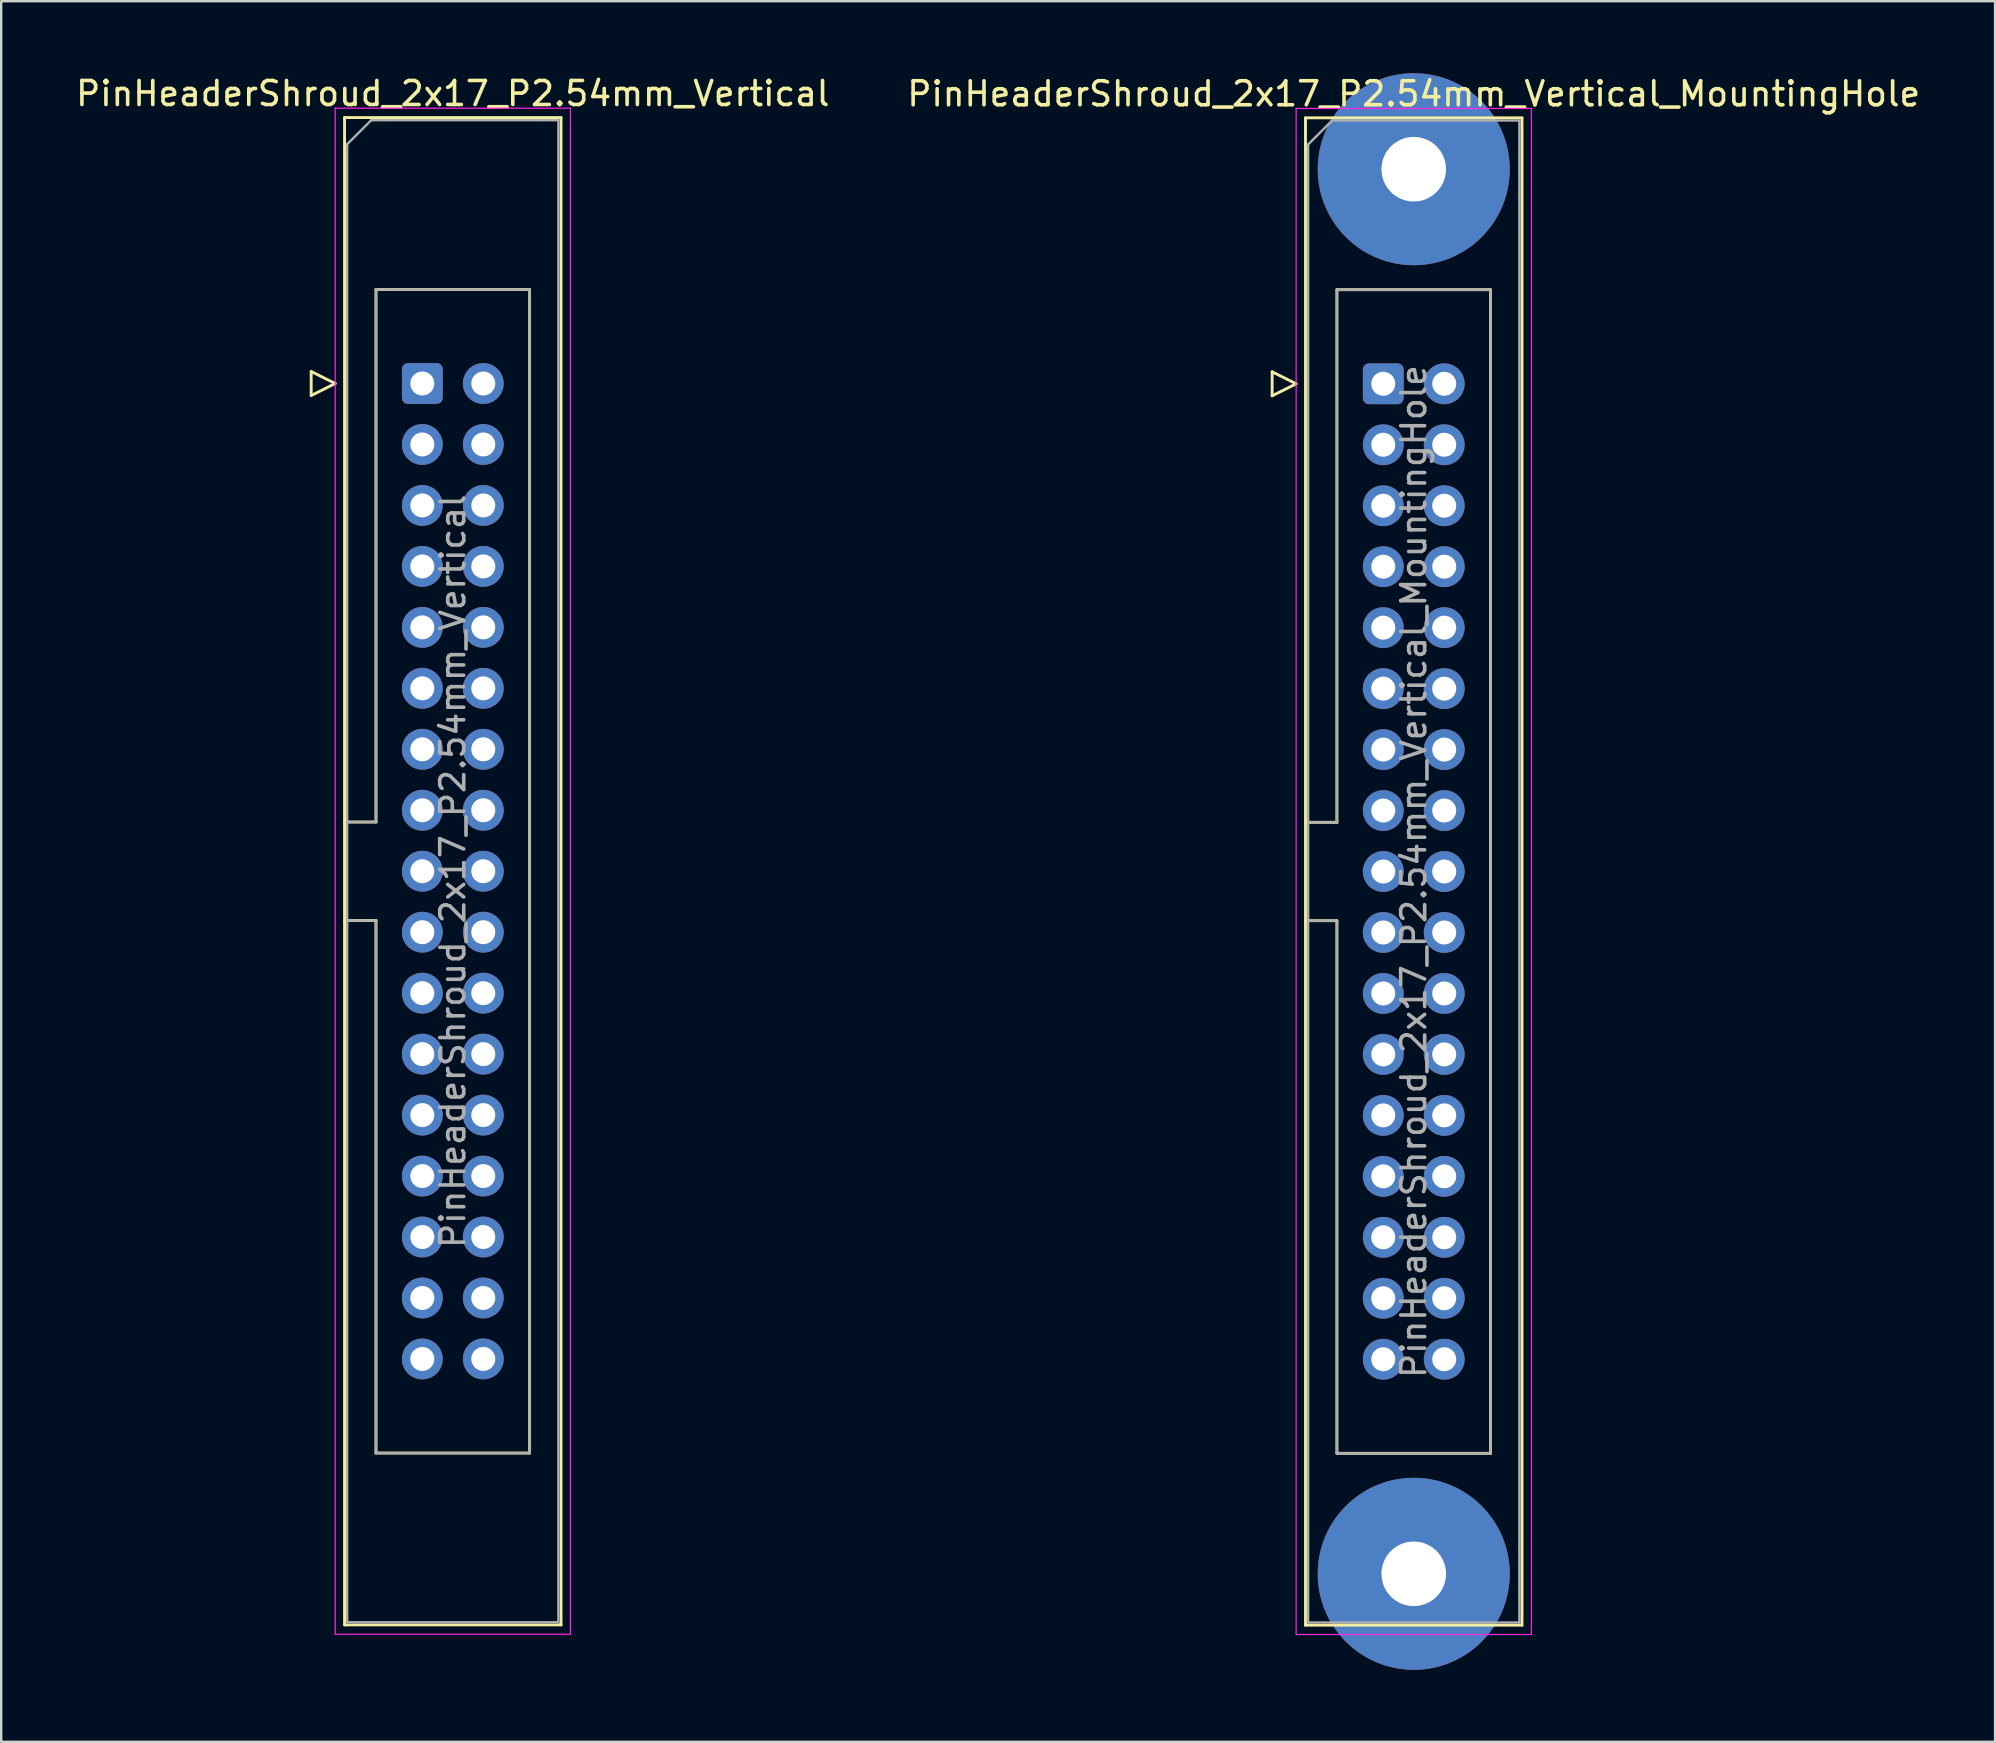
<source format=kicad_pcb>
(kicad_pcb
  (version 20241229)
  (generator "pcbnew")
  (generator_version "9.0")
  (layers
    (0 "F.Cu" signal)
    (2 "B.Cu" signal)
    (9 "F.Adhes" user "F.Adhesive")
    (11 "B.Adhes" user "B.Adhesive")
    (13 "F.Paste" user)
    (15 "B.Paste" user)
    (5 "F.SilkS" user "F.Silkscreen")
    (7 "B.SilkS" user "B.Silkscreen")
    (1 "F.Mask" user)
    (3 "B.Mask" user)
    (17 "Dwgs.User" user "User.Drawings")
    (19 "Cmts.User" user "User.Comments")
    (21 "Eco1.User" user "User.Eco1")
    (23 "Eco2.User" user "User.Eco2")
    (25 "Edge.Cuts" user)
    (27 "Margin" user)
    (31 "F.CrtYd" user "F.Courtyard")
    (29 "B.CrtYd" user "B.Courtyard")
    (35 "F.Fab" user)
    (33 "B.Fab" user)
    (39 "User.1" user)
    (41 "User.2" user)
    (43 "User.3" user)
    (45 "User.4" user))
  (footprint "PinHeaderShroud_2x17_P2.54mm_Vertical_MountingHole"
    (layer "F.Cu")
    (at 54.581 12.94)
    (property "Reference" "PinHeaderShroud_2x17_P2.54mm_Vertical_MountingHole" (at 1.27 -12.08 0) (layer "F.SilkS") (effects (font (size 1 1) (thickness 0.15))))
    (attr through_hole)
    (fp_line (start -4.63 -0.5) (end -4.63 0.5) (stroke (width 0.12) (type solid)) (layer "F.SilkS"))
    (fp_line (start -4.63 0.5) (end -3.63 0) (stroke (width 0.12) (type solid)) (layer "F.SilkS"))
    (fp_line (start -3.63 0) (end -4.63 -0.5) (stroke (width 0.12) (type solid)) (layer "F.SilkS"))
    (fp_line (start -3.24 -11.08) (end 5.78 -11.08) (stroke (width 0.12) (type solid)) (layer "F.SilkS"))
    (fp_line (start -3.24 18.27) (end -1.93 18.27) (stroke (width 0.12) (type solid)) (layer "F.SilkS"))
    (fp_line (start -3.24 22.37) (end -1.93 22.37) (stroke (width 0.12) (type solid)) (layer "F.SilkS"))
    (fp_line (start -3.24 51.72) (end -3.24 -11.08) (stroke (width 0.12) (type solid)) (layer "F.SilkS"))
    (fp_line (start -1.93 -3.92) (end 4.47 -3.92) (stroke (width 0.12) (type solid)) (layer "F.SilkS"))
    (fp_line (start -1.93 18.27) (end -1.93 -3.92) (stroke (width 0.12) (type solid)) (layer "F.SilkS"))
    (fp_line (start -1.93 44.56) (end -1.93 22.37) (stroke (width 0.12) (type solid)) (layer "F.SilkS"))
    (fp_line (start 4.47 -3.92) (end 4.47 44.56) (stroke (width 0.12) (type solid)) (layer "F.SilkS"))
    (fp_line (start 4.47 44.56) (end -1.93 44.56) (stroke (width 0.12) (type solid)) (layer "F.SilkS"))
    (fp_line (start 5.78 -11.08) (end 5.78 51.72) (stroke (width 0.12) (type solid)) (layer "F.SilkS"))
    (fp_line (start 5.78 51.72) (end -3.24 51.72) (stroke (width 0.12) (type solid)) (layer "F.SilkS"))
    (fp_line (start -3.63 -11.47) (end -3.63 52.11) (stroke (width 0.05) (type solid)) (layer "F.CrtYd"))
    (fp_line (start -3.63 52.11) (end 6.17 52.11) (stroke (width 0.05) (type solid)) (layer "F.CrtYd"))
    (fp_line (start 6.17 -11.47) (end -3.63 -11.47) (stroke (width 0.05) (type solid)) (layer "F.CrtYd"))
    (fp_line (start 6.17 52.11) (end 6.17 -11.47) (stroke (width 0.05) (type solid)) (layer "F.CrtYd"))
    (fp_line (start -3.13 -9.97) (end -2.13 -10.97) (stroke (width 0.1) (type solid)) (layer "F.Fab"))
    (fp_line (start -3.13 18.27) (end -1.93 18.27) (stroke (width 0.1) (type solid)) (layer "F.Fab"))
    (fp_line (start -3.13 22.37) (end -1.93 22.37) (stroke (width 0.1) (type solid)) (layer "F.Fab"))
    (fp_line (start -3.13 51.61) (end -3.13 -9.97) (stroke (width 0.1) (type solid)) (layer "F.Fab"))
    (fp_line (start -2.13 -10.97) (end 5.67 -10.97) (stroke (width 0.1) (type solid)) (layer "F.Fab"))
    (fp_line (start -1.93 -3.92) (end 4.47 -3.92) (stroke (width 0.1) (type solid)) (layer "F.Fab"))
    (fp_line (start -1.93 18.27) (end -1.93 -3.92) (stroke (width 0.1) (type solid)) (layer "F.Fab"))
    (fp_line (start -1.93 44.56) (end -1.93 22.37) (stroke (width 0.1) (type solid)) (layer "F.Fab"))
    (fp_line (start 4.47 -3.92) (end 4.47 44.56) (stroke (width 0.1) (type solid)) (layer "F.Fab"))
    (fp_line (start 4.47 44.56) (end -1.93 44.56) (stroke (width 0.1) (type solid)) (layer "F.Fab"))
    (fp_line (start 5.67 -10.97) (end 5.67 51.61) (stroke (width 0.1) (type solid)) (layer "F.Fab"))
    (fp_line (start 5.67 51.61) (end -3.13 51.61) (stroke (width 0.1) (type solid)) (layer "F.Fab"))
    (fp_text user "${REFERENCE}" (at 1.27 20.32 90) (layer "F.Fab") (effects (font (size 1 1) (thickness 0.15))))
    (pad "" thru_hole circle (at 1.27 -8.94) (size 8 8) (drill 2.69) (layers "*.Cu" "*.Mask"))
    (pad "" thru_hole circle (at 1.27 49.58) (size 8 8) (drill 2.69) (layers "*.Cu" "*.Mask"))
    (pad "1" thru_hole roundrect (at 0 0) (size 1.7 1.7) (drill 1) (layers "*.Cu" "*.Mask") (roundrect_rratio 0.147))
    (pad "2" thru_hole circle (at 2.54 0) (size 1.7 1.7) (drill 1) (layers "*.Cu" "*.Mask"))
    (pad "3" thru_hole circle (at 0 2.54) (size 1.7 1.7) (drill 1) (layers "*.Cu" "*.Mask"))
    (pad "4" thru_hole circle (at 2.54 2.54) (size 1.7 1.7) (drill 1) (layers "*.Cu" "*.Mask"))
    (pad "5" thru_hole circle (at 0 5.08) (size 1.7 1.7) (drill 1) (layers "*.Cu" "*.Mask"))
    (pad "6" thru_hole circle (at 2.54 5.08) (size 1.7 1.7) (drill 1) (layers "*.Cu" "*.Mask"))
    (pad "7" thru_hole circle (at 0 7.62) (size 1.7 1.7) (drill 1) (layers "*.Cu" "*.Mask"))
    (pad "8" thru_hole circle (at 2.54 7.62) (size 1.7 1.7) (drill 1) (layers "*.Cu" "*.Mask"))
    (pad "9" thru_hole circle (at 0 10.16) (size 1.7 1.7) (drill 1) (layers "*.Cu" "*.Mask"))
    (pad "10" thru_hole circle (at 2.54 10.16) (size 1.7 1.7) (drill 1) (layers "*.Cu" "*.Mask"))
    (pad "11" thru_hole circle (at 0 12.7) (size 1.7 1.7) (drill 1) (layers "*.Cu" "*.Mask"))
    (pad "12" thru_hole circle (at 2.54 12.7) (size 1.7 1.7) (drill 1) (layers "*.Cu" "*.Mask"))
    (pad "13" thru_hole circle (at 0 15.24) (size 1.7 1.7) (drill 1) (layers "*.Cu" "*.Mask"))
    (pad "14" thru_hole circle (at 2.54 15.24) (size 1.7 1.7) (drill 1) (layers "*.Cu" "*.Mask"))
    (pad "15" thru_hole circle (at 0 17.78) (size 1.7 1.7) (drill 1) (layers "*.Cu" "*.Mask"))
    (pad "16" thru_hole circle (at 2.54 17.78) (size 1.7 1.7) (drill 1) (layers "*.Cu" "*.Mask"))
    (pad "17" thru_hole circle (at 0 20.32) (size 1.7 1.7) (drill 1) (layers "*.Cu" "*.Mask"))
    (pad "18" thru_hole circle (at 2.54 20.32) (size 1.7 1.7) (drill 1) (layers "*.Cu" "*.Mask"))
    (pad "19" thru_hole circle (at 0 22.86) (size 1.7 1.7) (drill 1) (layers "*.Cu" "*.Mask"))
    (pad "20" thru_hole circle (at 2.54 22.86) (size 1.7 1.7) (drill 1) (layers "*.Cu" "*.Mask"))
    (pad "21" thru_hole circle (at 0 25.4) (size 1.7 1.7) (drill 1) (layers "*.Cu" "*.Mask"))
    (pad "22" thru_hole circle (at 2.54 25.4) (size 1.7 1.7) (drill 1) (layers "*.Cu" "*.Mask"))
    (pad "23" thru_hole circle (at 0 27.94) (size 1.7 1.7) (drill 1) (layers "*.Cu" "*.Mask"))
    (pad "24" thru_hole circle (at 2.54 27.94) (size 1.7 1.7) (drill 1) (layers "*.Cu" "*.Mask"))
    (pad "25" thru_hole circle (at 0 30.48) (size 1.7 1.7) (drill 1) (layers "*.Cu" "*.Mask"))
    (pad "26" thru_hole circle (at 2.54 30.48) (size 1.7 1.7) (drill 1) (layers "*.Cu" "*.Mask"))
    (pad "27" thru_hole circle (at 0 33.02) (size 1.7 1.7) (drill 1) (layers "*.Cu" "*.Mask"))
    (pad "28" thru_hole circle (at 2.54 33.02) (size 1.7 1.7) (drill 1) (layers "*.Cu" "*.Mask"))
    (pad "29" thru_hole circle (at 0 35.56) (size 1.7 1.7) (drill 1) (layers "*.Cu" "*.Mask"))
    (pad "30" thru_hole circle (at 2.54 35.56) (size 1.7 1.7) (drill 1) (layers "*.Cu" "*.Mask"))
    (pad "31" thru_hole circle (at 0 38.1) (size 1.7 1.7) (drill 1) (layers "*.Cu" "*.Mask"))
    (pad "32" thru_hole circle (at 2.54 38.1) (size 1.7 1.7) (drill 1) (layers "*.Cu" "*.Mask"))
    (pad "33" thru_hole circle (at 0 40.64) (size 1.7 1.7) (drill 1) (layers "*.Cu" "*.Mask"))
    (pad "34" thru_hole circle (at 2.54 40.64) (size 1.7 1.7) (drill 1) (layers "*.Cu" "*.Mask")))
  (footprint "PinHeaderShroud_2x17_P2.54mm_Vertical"
    (layer "F.Cu")
    (at 14.545 12.928)
    (property "Reference" "PinHeaderShroud_2x17_P2.54mm_Vertical" (at 1.27 -12.08 0) (layer "F.SilkS") (effects (font (size 1 1) (thickness 0.15))))
    (attr through_hole)
    (fp_line (start -4.63 -0.5) (end -4.63 0.5) (stroke (width 0.12) (type solid)) (layer "F.SilkS"))
    (fp_line (start -4.63 0.5) (end -3.63 0) (stroke (width 0.12) (type solid)) (layer "F.SilkS"))
    (fp_line (start -3.63 0) (end -4.63 -0.5) (stroke (width 0.12) (type solid)) (layer "F.SilkS"))
    (fp_line (start -3.24 -11.08) (end 5.78 -11.08) (stroke (width 0.12) (type solid)) (layer "F.SilkS"))
    (fp_line (start -3.24 18.27) (end -1.93 18.27) (stroke (width 0.12) (type solid)) (layer "F.SilkS"))
    (fp_line (start -3.24 22.37) (end -1.93 22.37) (stroke (width 0.12) (type solid)) (layer "F.SilkS"))
    (fp_line (start -3.24 51.72) (end -3.24 -11.08) (stroke (width 0.12) (type solid)) (layer "F.SilkS"))
    (fp_line (start -1.93 -3.92) (end 4.47 -3.92) (stroke (width 0.12) (type solid)) (layer "F.SilkS"))
    (fp_line (start -1.93 18.27) (end -1.93 -3.92) (stroke (width 0.12) (type solid)) (layer "F.SilkS"))
    (fp_line (start -1.93 44.56) (end -1.93 22.37) (stroke (width 0.12) (type solid)) (layer "F.SilkS"))
    (fp_line (start 4.47 -3.92) (end 4.47 44.56) (stroke (width 0.12) (type solid)) (layer "F.SilkS"))
    (fp_line (start 4.47 44.56) (end -1.93 44.56) (stroke (width 0.12) (type solid)) (layer "F.SilkS"))
    (fp_line (start 5.78 -11.08) (end 5.78 51.72) (stroke (width 0.12) (type solid)) (layer "F.SilkS"))
    (fp_line (start 5.78 51.72) (end -3.24 51.72) (stroke (width 0.12) (type solid)) (layer "F.SilkS"))
    (fp_line (start -3.63 -11.47) (end -3.63 52.11) (stroke (width 0.05) (type solid)) (layer "F.CrtYd"))
    (fp_line (start -3.63 52.11) (end 6.17 52.11) (stroke (width 0.05) (type solid)) (layer "F.CrtYd"))
    (fp_line (start 6.17 -11.47) (end -3.63 -11.47) (stroke (width 0.05) (type solid)) (layer "F.CrtYd"))
    (fp_line (start 6.17 52.11) (end 6.17 -11.47) (stroke (width 0.05) (type solid)) (layer "F.CrtYd"))
    (fp_line (start -3.13 -9.97) (end -2.13 -10.97) (stroke (width 0.1) (type solid)) (layer "F.Fab"))
    (fp_line (start -3.13 18.27) (end -1.93 18.27) (stroke (width 0.1) (type solid)) (layer "F.Fab"))
    (fp_line (start -3.13 22.37) (end -1.93 22.37) (stroke (width 0.1) (type solid)) (layer "F.Fab"))
    (fp_line (start -3.13 51.61) (end -3.13 -9.97) (stroke (width 0.1) (type solid)) (layer "F.Fab"))
    (fp_line (start -2.13 -10.97) (end 5.67 -10.97) (stroke (width 0.1) (type solid)) (layer "F.Fab"))
    (fp_line (start -1.93 -3.92) (end 4.47 -3.92) (stroke (width 0.1) (type solid)) (layer "F.Fab"))
    (fp_line (start -1.93 18.27) (end -1.93 -3.92) (stroke (width 0.1) (type solid)) (layer "F.Fab"))
    (fp_line (start -1.93 44.56) (end -1.93 22.37) (stroke (width 0.1) (type solid)) (layer "F.Fab"))
    (fp_line (start 4.47 -3.92) (end 4.47 44.56) (stroke (width 0.1) (type solid)) (layer "F.Fab"))
    (fp_line (start 4.47 44.56) (end -1.93 44.56) (stroke (width 0.1) (type solid)) (layer "F.Fab"))
    (fp_line (start 5.67 -10.97) (end 5.67 51.61) (stroke (width 0.1) (type solid)) (layer "F.Fab"))
    (fp_line (start 5.67 51.61) (end -3.13 51.61) (stroke (width 0.1) (type solid)) (layer "F.Fab"))
    (fp_text user "${REFERENCE}" (at 1.27 20.32 90) (layer "F.Fab") (effects (font (size 1 1) (thickness 0.15))))
    (pad "1" thru_hole roundrect (at 0 0) (size 1.7 1.7) (drill 1) (layers "*.Cu" "*.Mask") (roundrect_rratio 0.147))
    (pad "2" thru_hole circle (at 2.54 0) (size 1.7 1.7) (drill 1) (layers "*.Cu" "*.Mask"))
    (pad "3" thru_hole circle (at 0 2.54) (size 1.7 1.7) (drill 1) (layers "*.Cu" "*.Mask"))
    (pad "4" thru_hole circle (at 2.54 2.54) (size 1.7 1.7) (drill 1) (layers "*.Cu" "*.Mask"))
    (pad "5" thru_hole circle (at 0 5.08) (size 1.7 1.7) (drill 1) (layers "*.Cu" "*.Mask"))
    (pad "6" thru_hole circle (at 2.54 5.08) (size 1.7 1.7) (drill 1) (layers "*.Cu" "*.Mask"))
    (pad "7" thru_hole circle (at 0 7.62) (size 1.7 1.7) (drill 1) (layers "*.Cu" "*.Mask"))
    (pad "8" thru_hole circle (at 2.54 7.62) (size 1.7 1.7) (drill 1) (layers "*.Cu" "*.Mask"))
    (pad "9" thru_hole circle (at 0 10.16) (size 1.7 1.7) (drill 1) (layers "*.Cu" "*.Mask"))
    (pad "10" thru_hole circle (at 2.54 10.16) (size 1.7 1.7) (drill 1) (layers "*.Cu" "*.Mask"))
    (pad "11" thru_hole circle (at 0 12.7) (size 1.7 1.7) (drill 1) (layers "*.Cu" "*.Mask"))
    (pad "12" thru_hole circle (at 2.54 12.7) (size 1.7 1.7) (drill 1) (layers "*.Cu" "*.Mask"))
    (pad "13" thru_hole circle (at 0 15.24) (size 1.7 1.7) (drill 1) (layers "*.Cu" "*.Mask"))
    (pad "14" thru_hole circle (at 2.54 15.24) (size 1.7 1.7) (drill 1) (layers "*.Cu" "*.Mask"))
    (pad "15" thru_hole circle (at 0 17.78) (size 1.7 1.7) (drill 1) (layers "*.Cu" "*.Mask"))
    (pad "16" thru_hole circle (at 2.54 17.78) (size 1.7 1.7) (drill 1) (layers "*.Cu" "*.Mask"))
    (pad "17" thru_hole circle (at 0 20.32) (size 1.7 1.7) (drill 1) (layers "*.Cu" "*.Mask"))
    (pad "18" thru_hole circle (at 2.54 20.32) (size 1.7 1.7) (drill 1) (layers "*.Cu" "*.Mask"))
    (pad "19" thru_hole circle (at 0 22.86) (size 1.7 1.7) (drill 1) (layers "*.Cu" "*.Mask"))
    (pad "20" thru_hole circle (at 2.54 22.86) (size 1.7 1.7) (drill 1) (layers "*.Cu" "*.Mask"))
    (pad "21" thru_hole circle (at 0 25.4) (size 1.7 1.7) (drill 1) (layers "*.Cu" "*.Mask"))
    (pad "22" thru_hole circle (at 2.54 25.4) (size 1.7 1.7) (drill 1) (layers "*.Cu" "*.Mask"))
    (pad "23" thru_hole circle (at 0 27.94) (size 1.7 1.7) (drill 1) (layers "*.Cu" "*.Mask"))
    (pad "24" thru_hole circle (at 2.54 27.94) (size 1.7 1.7) (drill 1) (layers "*.Cu" "*.Mask"))
    (pad "25" thru_hole circle (at 0 30.48) (size 1.7 1.7) (drill 1) (layers "*.Cu" "*.Mask"))
    (pad "26" thru_hole circle (at 2.54 30.48) (size 1.7 1.7) (drill 1) (layers "*.Cu" "*.Mask"))
    (pad "27" thru_hole circle (at 0 33.02) (size 1.7 1.7) (drill 1) (layers "*.Cu" "*.Mask"))
    (pad "28" thru_hole circle (at 2.54 33.02) (size 1.7 1.7) (drill 1) (layers "*.Cu" "*.Mask"))
    (pad "29" thru_hole circle (at 0 35.56) (size 1.7 1.7) (drill 1) (layers "*.Cu" "*.Mask"))
    (pad "30" thru_hole circle (at 2.54 35.56) (size 1.7 1.7) (drill 1) (layers "*.Cu" "*.Mask"))
    (pad "31" thru_hole circle (at 0 38.1) (size 1.7 1.7) (drill 1) (layers "*.Cu" "*.Mask"))
    (pad "32" thru_hole circle (at 2.54 38.1) (size 1.7 1.7) (drill 1) (layers "*.Cu" "*.Mask"))
    (pad "33" thru_hole circle (at 0 40.64) (size 1.7 1.7) (drill 1) (layers "*.Cu" "*.Mask"))
    (pad "34" thru_hole circle (at 2.54 40.64) (size 1.7 1.7) (drill 1) (layers "*.Cu" "*.Mask")))
  (gr_rect
    (start -3 -3)
    (end 80.071 69.52)
    (stroke (width 0.1) (type default))
    (fill no)
    (layer "Edge.Cuts")))
</source>
